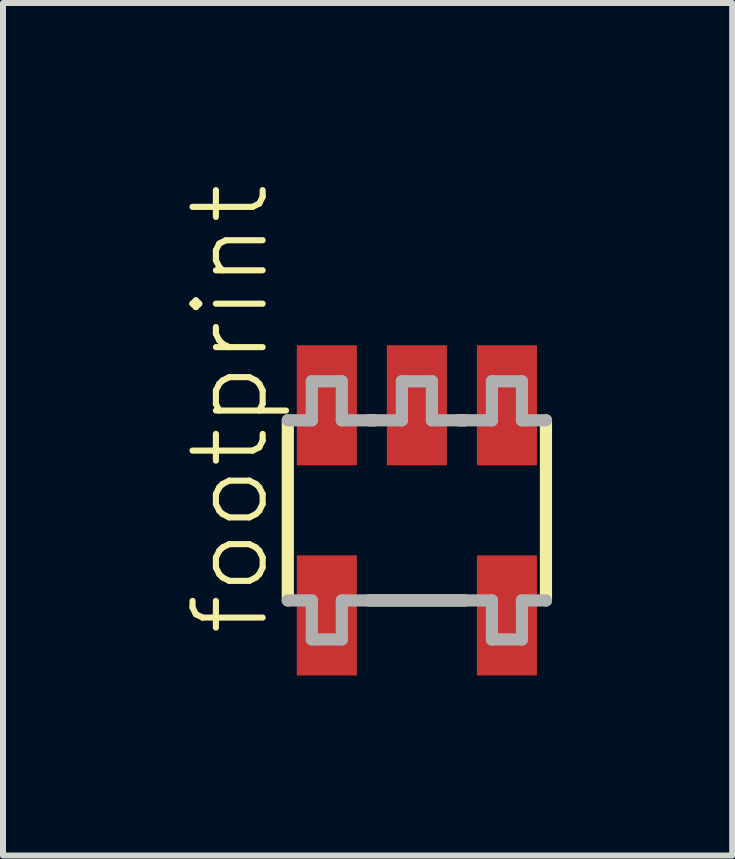
<source format=kicad_pcb>
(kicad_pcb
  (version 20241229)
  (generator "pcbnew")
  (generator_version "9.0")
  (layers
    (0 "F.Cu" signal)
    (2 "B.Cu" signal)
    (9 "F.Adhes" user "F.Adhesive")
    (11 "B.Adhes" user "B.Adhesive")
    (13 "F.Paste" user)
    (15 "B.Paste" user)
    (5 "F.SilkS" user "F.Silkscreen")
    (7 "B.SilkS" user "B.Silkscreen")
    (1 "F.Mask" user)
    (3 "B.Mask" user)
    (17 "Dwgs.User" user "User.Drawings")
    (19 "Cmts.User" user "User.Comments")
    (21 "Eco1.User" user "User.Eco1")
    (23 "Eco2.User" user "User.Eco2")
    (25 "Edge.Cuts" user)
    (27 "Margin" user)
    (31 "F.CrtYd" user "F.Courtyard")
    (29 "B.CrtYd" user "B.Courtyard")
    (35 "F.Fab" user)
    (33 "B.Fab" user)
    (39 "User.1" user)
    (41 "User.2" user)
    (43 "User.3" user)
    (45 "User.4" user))
  (footprint "footprint"
    (layer "F.Cu")
    (at 3.894 5.451)
    (property "Reference" "footprint" (at -2.421 2.131 90) (layer "F.SilkS") (effects (font (size 1.168 1.168) (thickness 0.102)) (justify left bottom)))
    (fp_line (start -2.15 1.5) (end -2.15 -1.5) (stroke (width 0.203) (type solid)) (layer "F.SilkS"))
    (fp_line (start -0.8 -1.5) (end -0.7 -1.5) (stroke (width 0.203) (type solid)) (layer "F.SilkS"))
    (fp_line (start -0.8 1.5) (end 0.8 1.5) (stroke (width 0.203) (type solid)) (layer "F.SilkS"))
    (fp_line (start 0.7 -1.5) (end 0.8 -1.5) (stroke (width 0.203) (type solid)) (layer "F.SilkS"))
    (fp_line (start 2.15 -1.5) (end 2.15 1.5) (stroke (width 0.203) (type solid)) (layer "F.SilkS"))
    (fp_line (start -2.15 -1.5) (end -1.75 -1.5) (stroke (width 0.203) (type solid)) (layer "F.Fab"))
    (fp_line (start -1.75 -2.15) (end -1.25 -2.15) (stroke (width 0.203) (type solid)) (layer "F.Fab"))
    (fp_line (start -1.75 -1.5) (end -1.75 -2.15) (stroke (width 0.203) (type solid)) (layer "F.Fab"))
    (fp_line (start -1.75 1.5) (end -2.15 1.5) (stroke (width 0.203) (type solid)) (layer "F.Fab"))
    (fp_line (start -1.75 2.15) (end -1.75 1.5) (stroke (width 0.203) (type solid)) (layer "F.Fab"))
    (fp_line (start -1.25 -2.15) (end -1.25 -1.5) (stroke (width 0.203) (type solid)) (layer "F.Fab"))
    (fp_line (start -1.25 -1.5) (end -0.25 -1.5) (stroke (width 0.203) (type solid)) (layer "F.Fab"))
    (fp_line (start -1.25 1.5) (end -1.25 2.15) (stroke (width 0.203) (type solid)) (layer "F.Fab"))
    (fp_line (start -1.25 2.15) (end -1.75 2.15) (stroke (width 0.203) (type solid)) (layer "F.Fab"))
    (fp_line (start -0.25 -2.15) (end 0.25 -2.15) (stroke (width 0.203) (type solid)) (layer "F.Fab"))
    (fp_line (start -0.25 -1.5) (end -0.25 -2.15) (stroke (width 0.203) (type solid)) (layer "F.Fab"))
    (fp_line (start 0.25 -2.15) (end 0.25 -1.5) (stroke (width 0.203) (type solid)) (layer "F.Fab"))
    (fp_line (start 0.25 -1.5) (end 1.25 -1.5) (stroke (width 0.203) (type solid)) (layer "F.Fab"))
    (fp_line (start 1.25 -2.15) (end 1.75 -2.15) (stroke (width 0.203) (type solid)) (layer "F.Fab"))
    (fp_line (start 1.25 -1.5) (end 1.25 -2.15) (stroke (width 0.203) (type solid)) (layer "F.Fab"))
    (fp_line (start 1.25 1.5) (end -1.25 1.5) (stroke (width 0.203) (type solid)) (layer "F.Fab"))
    (fp_line (start 1.25 2.15) (end 1.25 1.5) (stroke (width 0.203) (type solid)) (layer "F.Fab"))
    (fp_line (start 1.75 -2.15) (end 1.75 -1.5) (stroke (width 0.203) (type solid)) (layer "F.Fab"))
    (fp_line (start 1.75 -1.5) (end 2.15 -1.5) (stroke (width 0.203) (type solid)) (layer "F.Fab"))
    (fp_line (start 1.75 1.5) (end 1.75 2.15) (stroke (width 0.203) (type solid)) (layer "F.Fab"))
    (fp_line (start 1.75 2.15) (end 1.25 2.15) (stroke (width 0.203) (type solid)) (layer "F.Fab"))
    (fp_line (start 2.15 1.5) (end 1.75 1.5) (stroke (width 0.203) (type solid)) (layer "F.Fab"))
    (pad "1" smd rect (at -1.5 1.75) (size 1 2) (layers "F.Cu" "F.Mask" "F.Paste"))
    (pad "2" smd rect (at -1.5 -1.75) (size 1 2) (layers "F.Cu" "F.Mask" "F.Paste"))
    (pad "3" smd rect (at 0 -1.75) (size 1 2) (layers "F.Cu" "F.Mask" "F.Paste"))
    (pad "4" smd rect (at 1.5 -1.75) (size 1 2) (layers "F.Cu" "F.Mask" "F.Paste"))
    (pad "5" smd rect (at 1.5 1.75) (size 1 2) (layers "F.Cu" "F.Mask" "F.Paste")))
  (gr_rect
    (start -3 -3)
    (end 9.146 11.201)
    (stroke (width 0.1) (type default))
    (fill no)
    (layer "Edge.Cuts")))
</source>
